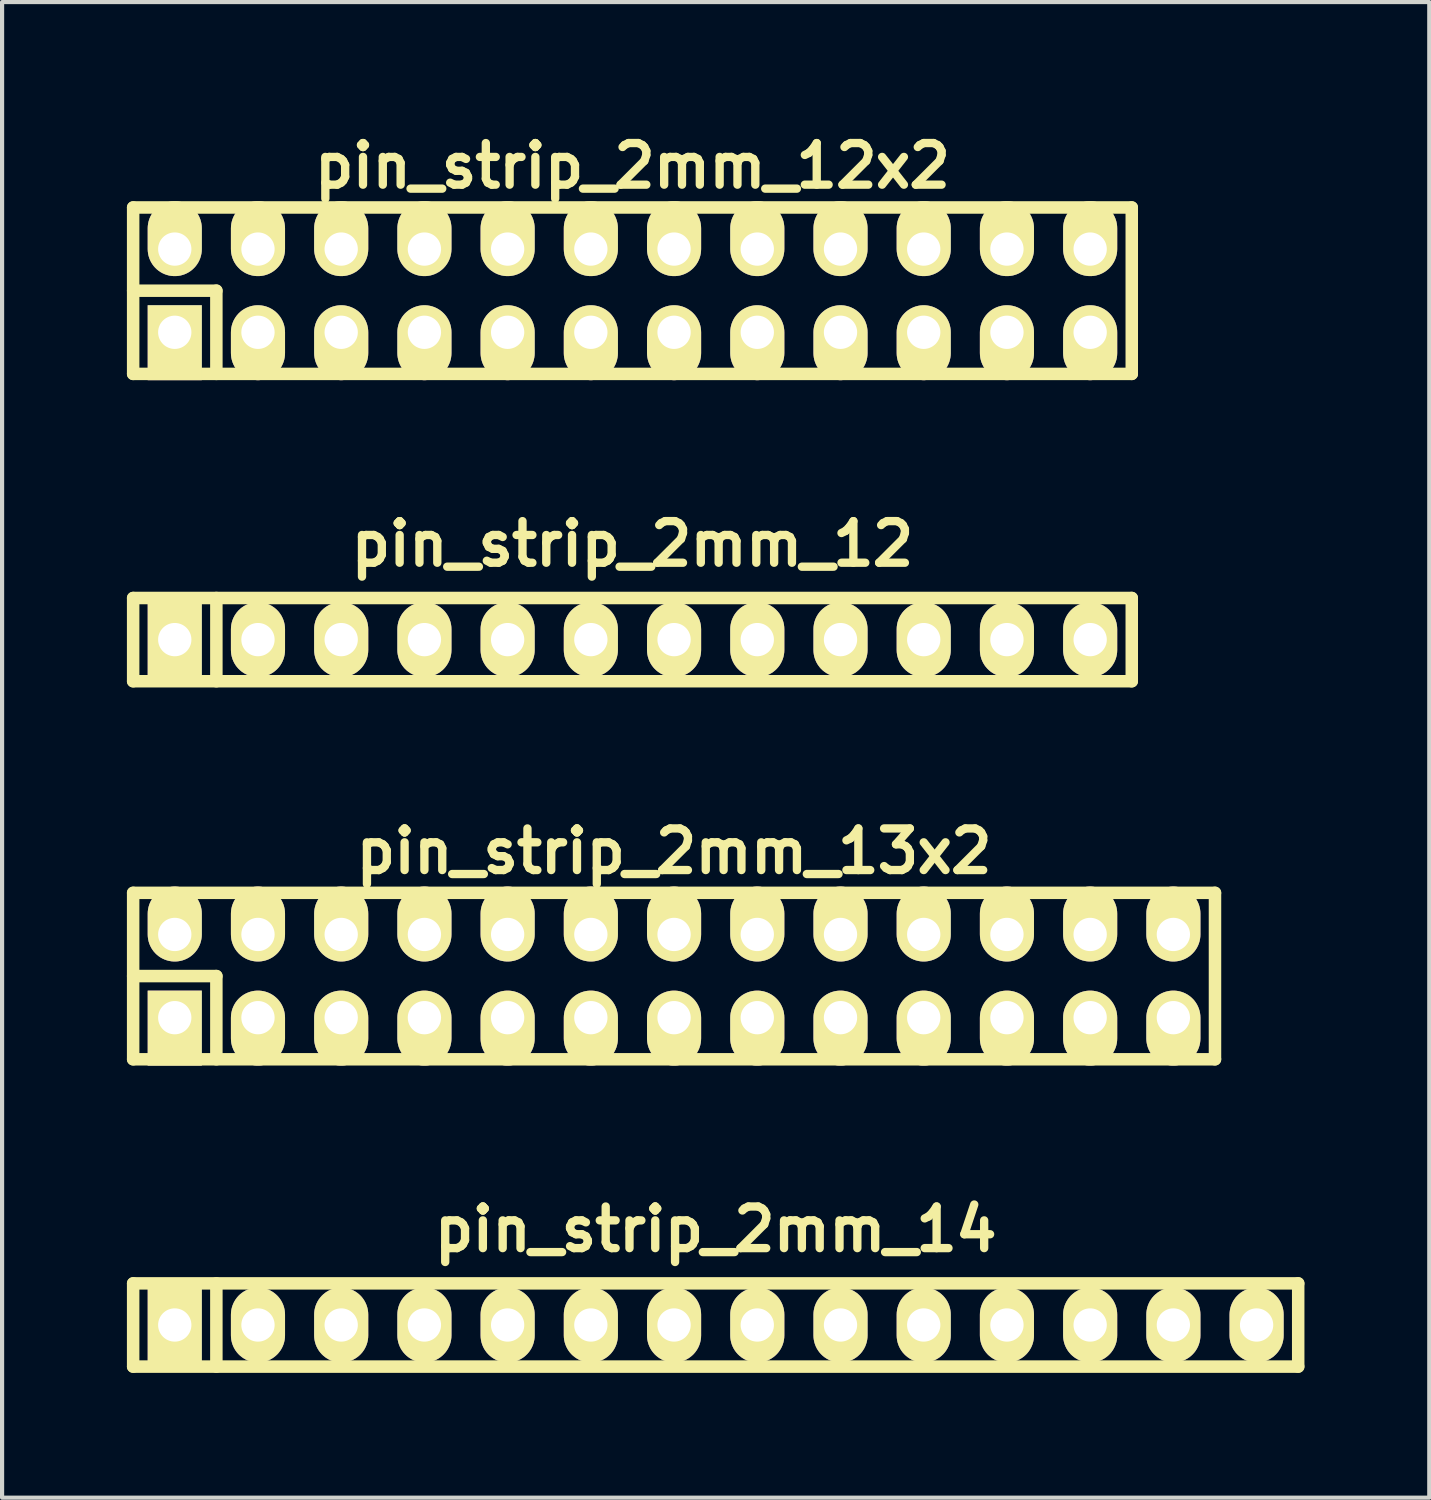
<source format=kicad_pcb>
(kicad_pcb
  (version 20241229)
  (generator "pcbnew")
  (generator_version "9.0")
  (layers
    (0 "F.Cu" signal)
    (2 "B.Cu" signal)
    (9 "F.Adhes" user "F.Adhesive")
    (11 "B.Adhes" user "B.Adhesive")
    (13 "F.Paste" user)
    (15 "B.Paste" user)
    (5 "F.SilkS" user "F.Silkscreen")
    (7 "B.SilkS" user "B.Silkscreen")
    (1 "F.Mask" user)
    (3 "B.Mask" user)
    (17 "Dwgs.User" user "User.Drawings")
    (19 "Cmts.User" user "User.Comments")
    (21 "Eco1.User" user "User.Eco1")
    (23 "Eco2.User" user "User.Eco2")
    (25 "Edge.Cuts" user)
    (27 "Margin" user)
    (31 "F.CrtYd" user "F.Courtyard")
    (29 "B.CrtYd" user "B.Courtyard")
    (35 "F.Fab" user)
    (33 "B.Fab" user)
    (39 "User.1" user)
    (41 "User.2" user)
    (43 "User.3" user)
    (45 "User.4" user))
  (footprint "pin_strip_2mm_14"
    (layer "F.Cu")
    (at 14.15 28.794)
    (property "Reference" "pin_strip_2mm_14" (at 0 -2.3 0) (layer "F.SilkS") (effects (font (size 1 1) (thickness 0.2))))
    (attr through_hole)
    (fp_line (start -14 -1) (end 14 -1) (stroke (width 0.3) (type solid)) (layer "F.SilkS"))
    (fp_line (start -14 1) (end -14 -1) (stroke (width 0.3) (type solid)) (layer "F.SilkS"))
    (fp_line (start -12 -1) (end -12 1) (stroke (width 0.3) (type solid)) (layer "F.SilkS"))
    (fp_line (start 14 -1) (end 14 1) (stroke (width 0.3) (type solid)) (layer "F.SilkS"))
    (fp_line (start 14 1) (end -14 1) (stroke (width 0.3) (type solid)) (layer "F.SilkS"))
    (pad "1" thru_hole rect (at -13 0) (size 1.3 1.8) (drill 0.8) (layers "*.Cu" "*.Mask" "F.SilkS"))
    (pad "2" thru_hole oval (at -11 0) (size 1.3 1.8) (drill 0.8) (layers "*.Cu" "*.Mask" "F.SilkS"))
    (pad "3" thru_hole oval (at -9 0) (size 1.3 1.8) (drill 0.8) (layers "*.Cu" "*.Mask" "F.SilkS"))
    (pad "4" thru_hole oval (at -7 0) (size 1.3 1.8) (drill 0.8) (layers "*.Cu" "*.Mask" "F.SilkS"))
    (pad "5" thru_hole oval (at -5 0) (size 1.3 1.8) (drill 0.8) (layers "*.Cu" "*.Mask" "F.SilkS"))
    (pad "6" thru_hole oval (at -3 0) (size 1.3 1.8) (drill 0.8) (layers "*.Cu" "*.Mask" "F.SilkS"))
    (pad "7" thru_hole oval (at -1 0) (size 1.3 1.8) (drill 0.8) (layers "*.Cu" "*.Mask" "F.SilkS"))
    (pad "8" thru_hole oval (at 1 0) (size 1.3 1.8) (drill 0.8) (layers "*.Cu" "*.Mask" "F.SilkS"))
    (pad "9" thru_hole oval (at 3 0) (size 1.3 1.8) (drill 0.8) (layers "*.Cu" "*.Mask" "F.SilkS"))
    (pad "10" thru_hole oval (at 5 0) (size 1.3 1.8) (drill 0.8) (layers "*.Cu" "*.Mask" "F.SilkS"))
    (pad "11" thru_hole oval (at 7 0) (size 1.3 1.8) (drill 0.8) (layers "*.Cu" "*.Mask" "F.SilkS"))
    (pad "12" thru_hole oval (at 9 0) (size 1.3 1.8) (drill 0.8) (layers "*.Cu" "*.Mask" "F.SilkS"))
    (pad "13" thru_hole oval (at 11 0) (size 1.3 1.8) (drill 0.8) (layers "*.Cu" "*.Mask" "F.SilkS"))
    (pad "14" thru_hole oval (at 13 0) (size 1.3 1.8) (drill 0.8) (layers "*.Cu" "*.Mask" "F.SilkS")))
  (footprint "pin_strip_2mm_12"
    (layer "F.Cu")
    (at 12.15 12.322)
    (property "Reference" "pin_strip_2mm_12" (at 0 -2.3 0) (layer "F.SilkS") (effects (font (size 1 1) (thickness 0.2))))
    (attr through_hole)
    (fp_line (start -12 -1) (end 12 -1) (stroke (width 0.3) (type solid)) (layer "F.SilkS"))
    (fp_line (start -12 1) (end -12 -1) (stroke (width 0.3) (type solid)) (layer "F.SilkS"))
    (fp_line (start -10 -1) (end -10 1) (stroke (width 0.3) (type solid)) (layer "F.SilkS"))
    (fp_line (start 12 -1) (end 12 1) (stroke (width 0.3) (type solid)) (layer "F.SilkS"))
    (fp_line (start 12 1) (end -12 1) (stroke (width 0.3) (type solid)) (layer "F.SilkS"))
    (pad "1" thru_hole rect (at -11 0) (size 1.3 1.8) (drill 0.8) (layers "*.Cu" "*.Mask" "F.SilkS"))
    (pad "2" thru_hole oval (at -9 0) (size 1.3 1.8) (drill 0.8) (layers "*.Cu" "*.Mask" "F.SilkS"))
    (pad "3" thru_hole oval (at -7 0) (size 1.3 1.8) (drill 0.8) (layers "*.Cu" "*.Mask" "F.SilkS"))
    (pad "4" thru_hole oval (at -5 0) (size 1.3 1.8) (drill 0.8) (layers "*.Cu" "*.Mask" "F.SilkS"))
    (pad "5" thru_hole oval (at -3 0) (size 1.3 1.8) (drill 0.8) (layers "*.Cu" "*.Mask" "F.SilkS"))
    (pad "6" thru_hole oval (at -1 0) (size 1.3 1.8) (drill 0.8) (layers "*.Cu" "*.Mask" "F.SilkS"))
    (pad "7" thru_hole oval (at 1 0) (size 1.3 1.8) (drill 0.8) (layers "*.Cu" "*.Mask" "F.SilkS"))
    (pad "8" thru_hole oval (at 3 0) (size 1.3 1.8) (drill 0.8) (layers "*.Cu" "*.Mask" "F.SilkS"))
    (pad "9" thru_hole oval (at 5 0) (size 1.3 1.8) (drill 0.8) (layers "*.Cu" "*.Mask" "F.SilkS"))
    (pad "10" thru_hole oval (at 7 0) (size 1.3 1.8) (drill 0.8) (layers "*.Cu" "*.Mask" "F.SilkS"))
    (pad "11" thru_hole oval (at 9 0) (size 1.3 1.8) (drill 0.8) (layers "*.Cu" "*.Mask" "F.SilkS"))
    (pad "12" thru_hole oval (at 11 0) (size 1.3 1.8) (drill 0.8) (layers "*.Cu" "*.Mask" "F.SilkS")))
  (footprint "pin_strip_2mm_12x2"
    (layer "F.Cu")
    (at 12.15 3.936)
    (property "Reference" "pin_strip_2mm_12x2" (at 0 -3 0) (layer "F.SilkS") (effects (font (size 1 1) (thickness 0.2))))
    (attr through_hole)
    (fp_line (start -12 -2) (end 12 -2) (stroke (width 0.3) (type solid)) (layer "F.SilkS"))
    (fp_line (start -12 0) (end -10 0) (stroke (width 0.3) (type solid)) (layer "F.SilkS"))
    (fp_line (start -12 2) (end -12 -2) (stroke (width 0.3) (type solid)) (layer "F.SilkS"))
    (fp_line (start -10 0) (end -10 2) (stroke (width 0.3) (type solid)) (layer "F.SilkS"))
    (fp_line (start 12 -2) (end 12 2) (stroke (width 0.3) (type solid)) (layer "F.SilkS"))
    (fp_line (start 12 2) (end -12 2) (stroke (width 0.3) (type solid)) (layer "F.SilkS"))
    (pad "1" thru_hole rect (at -11 1) (size 1.3 1.8) (drill 0.8 (offset 0 0.25)) (layers "*.Cu" "*.Mask" "F.SilkS"))
    (pad "2" thru_hole oval (at -11 -1) (size 1.3 1.8) (drill 0.8 (offset 0 -0.25)) (layers "*.Cu" "*.Mask" "F.SilkS"))
    (pad "3" thru_hole oval (at -9 1) (size 1.3 1.8) (drill 0.8 (offset 0 0.25)) (layers "*.Cu" "*.Mask" "F.SilkS"))
    (pad "4" thru_hole oval (at -9 -1) (size 1.3 1.8) (drill 0.8 (offset 0 -0.25)) (layers "*.Cu" "*.Mask" "F.SilkS"))
    (pad "5" thru_hole oval (at -7 1) (size 1.3 1.8) (drill 0.8 (offset 0 0.25)) (layers "*.Cu" "*.Mask" "F.SilkS"))
    (pad "6" thru_hole oval (at -7 -1) (size 1.3 1.8) (drill 0.8 (offset 0 -0.25)) (layers "*.Cu" "*.Mask" "F.SilkS"))
    (pad "7" thru_hole oval (at -5 1) (size 1.3 1.8) (drill 0.8 (offset 0 0.25)) (layers "*.Cu" "*.Mask" "F.SilkS"))
    (pad "8" thru_hole oval (at -5 -1) (size 1.3 1.8) (drill 0.8 (offset 0 -0.25)) (layers "*.Cu" "*.Mask" "F.SilkS"))
    (pad "9" thru_hole oval (at -3 1) (size 1.3 1.8) (drill 0.8 (offset 0 0.25)) (layers "*.Cu" "*.Mask" "F.SilkS"))
    (pad "10" thru_hole oval (at -3 -1) (size 1.3 1.8) (drill 0.8 (offset 0 -0.25)) (layers "*.Cu" "*.Mask" "F.SilkS"))
    (pad "11" thru_hole oval (at -1 1) (size 1.3 1.8) (drill 0.8 (offset 0 0.25)) (layers "*.Cu" "*.Mask" "F.SilkS"))
    (pad "12" thru_hole oval (at -1 -1) (size 1.3 1.8) (drill 0.8 (offset 0 -0.25)) (layers "*.Cu" "*.Mask" "F.SilkS"))
    (pad "13" thru_hole oval (at 1 1) (size 1.3 1.8) (drill 0.8 (offset 0 0.25)) (layers "*.Cu" "*.Mask" "F.SilkS"))
    (pad "14" thru_hole oval (at 1 -1) (size 1.3 1.8) (drill 0.8 (offset 0 -0.25)) (layers "*.Cu" "*.Mask" "F.SilkS"))
    (pad "15" thru_hole oval (at 3 1) (size 1.3 1.8) (drill 0.8 (offset 0 0.25)) (layers "*.Cu" "*.Mask" "F.SilkS"))
    (pad "16" thru_hole oval (at 3 -1) (size 1.3 1.8) (drill 0.8 (offset 0 -0.25)) (layers "*.Cu" "*.Mask" "F.SilkS"))
    (pad "17" thru_hole oval (at 5 1) (size 1.3 1.8) (drill 0.8 (offset 0 0.25)) (layers "*.Cu" "*.Mask" "F.SilkS"))
    (pad "18" thru_hole oval (at 5 -1) (size 1.3 1.8) (drill 0.8 (offset 0 -0.25)) (layers "*.Cu" "*.Mask" "F.SilkS"))
    (pad "19" thru_hole oval (at 7 1) (size 1.3 1.8) (drill 0.8 (offset 0 0.25)) (layers "*.Cu" "*.Mask" "F.SilkS"))
    (pad "20" thru_hole oval (at 7 -1) (size 1.3 1.8) (drill 0.8 (offset 0 -0.25)) (layers "*.Cu" "*.Mask" "F.SilkS"))
    (pad "21" thru_hole oval (at 9 1) (size 1.3 1.8) (drill 0.8 (offset 0 0.25)) (layers "*.Cu" "*.Mask" "F.SilkS"))
    (pad "22" thru_hole oval (at 9 -1) (size 1.3 1.8) (drill 0.8 (offset 0 -0.25)) (layers "*.Cu" "*.Mask" "F.SilkS"))
    (pad "23" thru_hole oval (at 11 1) (size 1.3 1.8) (drill 0.8 (offset 0 0.25)) (layers "*.Cu" "*.Mask" "F.SilkS"))
    (pad "24" thru_hole oval (at 11 -1) (size 1.3 1.8) (drill 0.8 (offset 0 -0.25)) (layers "*.Cu" "*.Mask" "F.SilkS")))
  (footprint "pin_strip_2mm_13x2"
    (layer "F.Cu")
    (at 13.15 20.408)
    (property "Reference" "pin_strip_2mm_13x2" (at 0 -3 0) (layer "F.SilkS") (effects (font (size 1 1) (thickness 0.2))))
    (attr through_hole)
    (fp_line (start -13 -2) (end 13 -2) (stroke (width 0.3) (type solid)) (layer "F.SilkS"))
    (fp_line (start -13 0) (end -11 0) (stroke (width 0.3) (type solid)) (layer "F.SilkS"))
    (fp_line (start -13 2) (end -13 -2) (stroke (width 0.3) (type solid)) (layer "F.SilkS"))
    (fp_line (start -11 0) (end -11 2) (stroke (width 0.3) (type solid)) (layer "F.SilkS"))
    (fp_line (start 13 -2) (end 13 2) (stroke (width 0.3) (type solid)) (layer "F.SilkS"))
    (fp_line (start 13 2) (end -13 2) (stroke (width 0.3) (type solid)) (layer "F.SilkS"))
    (pad "1" thru_hole rect (at -12 1) (size 1.3 1.8) (drill 0.8 (offset 0 0.25)) (layers "*.Cu" "*.Mask" "F.SilkS"))
    (pad "2" thru_hole oval (at -12 -1) (size 1.3 1.8) (drill 0.8 (offset 0 -0.25)) (layers "*.Cu" "*.Mask" "F.SilkS"))
    (pad "3" thru_hole oval (at -10 1) (size 1.3 1.8) (drill 0.8 (offset 0 0.25)) (layers "*.Cu" "*.Mask" "F.SilkS"))
    (pad "4" thru_hole oval (at -10 -1) (size 1.3 1.8) (drill 0.8 (offset 0 -0.25)) (layers "*.Cu" "*.Mask" "F.SilkS"))
    (pad "5" thru_hole oval (at -8 1) (size 1.3 1.8) (drill 0.8 (offset 0 0.25)) (layers "*.Cu" "*.Mask" "F.SilkS"))
    (pad "6" thru_hole oval (at -8 -1) (size 1.3 1.8) (drill 0.8 (offset 0 -0.25)) (layers "*.Cu" "*.Mask" "F.SilkS"))
    (pad "7" thru_hole oval (at -6 1) (size 1.3 1.8) (drill 0.8 (offset 0 0.25)) (layers "*.Cu" "*.Mask" "F.SilkS"))
    (pad "8" thru_hole oval (at -6 -1) (size 1.3 1.8) (drill 0.8 (offset 0 -0.25)) (layers "*.Cu" "*.Mask" "F.SilkS"))
    (pad "9" thru_hole oval (at -4 1) (size 1.3 1.8) (drill 0.8 (offset 0 0.25)) (layers "*.Cu" "*.Mask" "F.SilkS"))
    (pad "10" thru_hole oval (at -4 -1) (size 1.3 1.8) (drill 0.8 (offset 0 -0.25)) (layers "*.Cu" "*.Mask" "F.SilkS"))
    (pad "11" thru_hole oval (at -2 1) (size 1.3 1.8) (drill 0.8 (offset 0 0.25)) (layers "*.Cu" "*.Mask" "F.SilkS"))
    (pad "12" thru_hole oval (at -2 -1) (size 1.3 1.8) (drill 0.8 (offset 0 -0.25)) (layers "*.Cu" "*.Mask" "F.SilkS"))
    (pad "13" thru_hole oval (at 0 1) (size 1.3 1.8) (drill 0.8 (offset 0 0.25)) (layers "*.Cu" "*.Mask" "F.SilkS"))
    (pad "14" thru_hole oval (at 0 -1) (size 1.3 1.8) (drill 0.8 (offset 0 -0.25)) (layers "*.Cu" "*.Mask" "F.SilkS"))
    (pad "15" thru_hole oval (at 2 1) (size 1.3 1.8) (drill 0.8 (offset 0 0.25)) (layers "*.Cu" "*.Mask" "F.SilkS"))
    (pad "16" thru_hole oval (at 2 -1) (size 1.3 1.8) (drill 0.8 (offset 0 -0.25)) (layers "*.Cu" "*.Mask" "F.SilkS"))
    (pad "17" thru_hole oval (at 4 1) (size 1.3 1.8) (drill 0.8 (offset 0 0.25)) (layers "*.Cu" "*.Mask" "F.SilkS"))
    (pad "18" thru_hole oval (at 4 -1) (size 1.3 1.8) (drill 0.8 (offset 0 -0.25)) (layers "*.Cu" "*.Mask" "F.SilkS"))
    (pad "19" thru_hole oval (at 6 1) (size 1.3 1.8) (drill 0.8 (offset 0 0.25)) (layers "*.Cu" "*.Mask" "F.SilkS"))
    (pad "20" thru_hole oval (at 6 -1) (size 1.3 1.8) (drill 0.8 (offset 0 -0.25)) (layers "*.Cu" "*.Mask" "F.SilkS"))
    (pad "21" thru_hole oval (at 8 1) (size 1.3 1.8) (drill 0.8 (offset 0 0.25)) (layers "*.Cu" "*.Mask" "F.SilkS"))
    (pad "22" thru_hole oval (at 8 -1) (size 1.3 1.8) (drill 0.8 (offset 0 -0.25)) (layers "*.Cu" "*.Mask" "F.SilkS"))
    (pad "23" thru_hole oval (at 10 1) (size 1.3 1.8) (drill 0.8 (offset 0 0.25)) (layers "*.Cu" "*.Mask" "F.SilkS"))
    (pad "24" thru_hole oval (at 10 -1) (size 1.3 1.8) (drill 0.8 (offset 0 -0.25)) (layers "*.Cu" "*.Mask" "F.SilkS"))
    (pad "25" thru_hole oval (at 12 1) (size 1.3 1.8) (drill 0.8 (offset 0 0.25)) (layers "*.Cu" "*.Mask" "F.SilkS"))
    (pad "26" thru_hole oval (at 12 -1) (size 1.3 1.8) (drill 0.8 (offset 0 -0.25)) (layers "*.Cu" "*.Mask" "F.SilkS")))
  (gr_rect
    (start -3 -3)
    (end 31.3 32.944)
    (stroke (width 0.1) (type default))
    (fill no)
    (layer "Edge.Cuts")))
</source>
